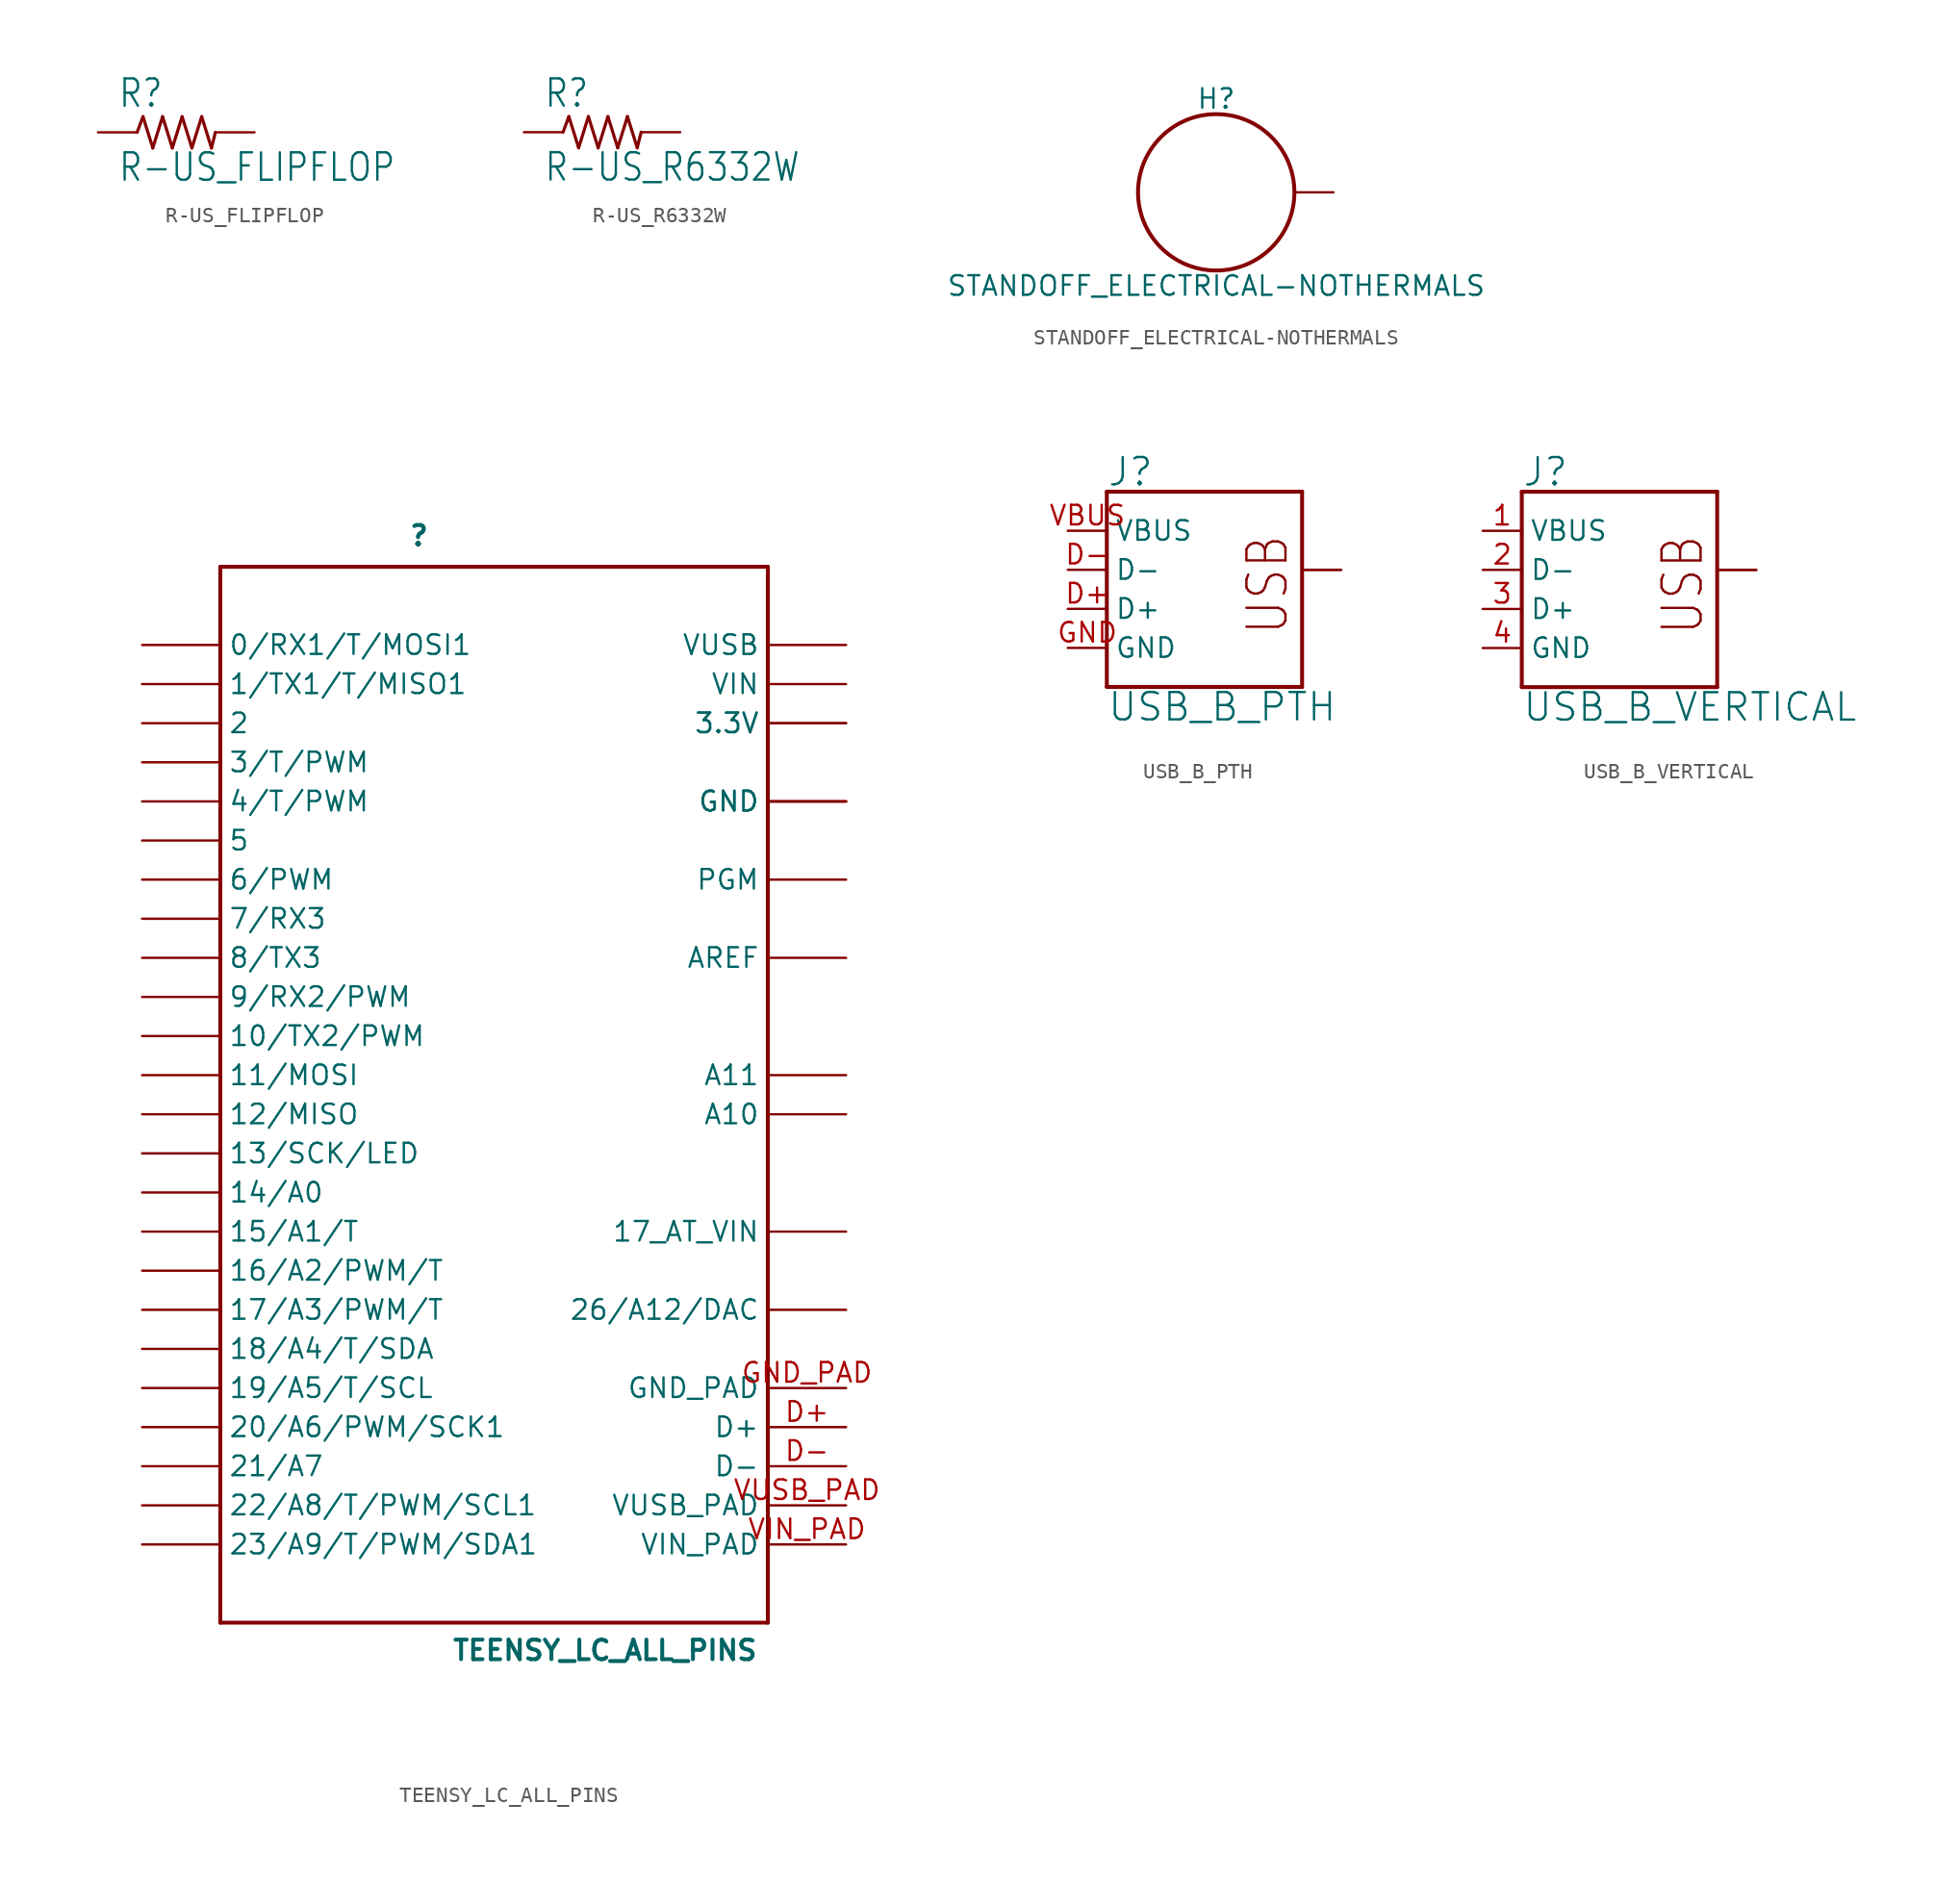
<source format=kicad_sym>
(kicad_symbol_lib
  (version 20211014)
  (generator kicad_symbol_editor)
  (symbol "R-US_FLIPFLOP"
    (property "Reference" "R"
      (at -3.81 1.499 0)
      (effects (font (size 1.778 1.511)) (justify left bottom)))
    (property "Value" "R-US_FLIPFLOP"
      (at -3.81 -3.302 0)
      (effects (font (size 1.778 1.511)) (justify left bottom)))
    (property "ki_locked" ""
      (at 0 0 0)
      (effects (font (size 1.27 1.27))))
    (symbol "R-US_FLIPFLOP_1_0"
      (polyline (pts (xy -2.54 0) (xy -2.159 1.016)) (stroke (width 0.203) (type default) (color 0 0 0 0)) (fill (type none)))
      (polyline (pts (xy -2.159 1.016) (xy -1.524 -1.016)) (stroke (width 0.203) (type default) (color 0 0 0 0)) (fill (type none)))
      (polyline (pts (xy -1.524 -1.016) (xy -0.889 1.016)) (stroke (width 0.203) (type default) (color 0 0 0 0)) (fill (type none)))
      (polyline (pts (xy -0.889 1.016) (xy -0.254 -1.016)) (stroke (width 0.203) (type default) (color 0 0 0 0)) (fill (type none)))
      (polyline (pts (xy -0.254 -1.016) (xy 0.381 1.016)) (stroke (width 0.203) (type default) (color 0 0 0 0)) (fill (type none)))
      (polyline (pts (xy 0.381 1.016) (xy 1.016 -1.016)) (stroke (width 0.203) (type default) (color 0 0 0 0)) (fill (type none)))
      (polyline (pts (xy 1.016 -1.016) (xy 1.651 1.016)) (stroke (width 0.203) (type default) (color 0 0 0 0)) (fill (type none)))
      (polyline (pts (xy 1.651 1.016) (xy 2.286 -1.016)) (stroke (width 0.203) (type default) (color 0 0 0 0)) (fill (type none)))
      (polyline (pts (xy 2.286 -1.016) (xy 2.54 0)) (stroke (width 0.203) (type default) (color 0 0 0 0)) (fill (type none)))
      (pin passive line (at -5.08 0 0) (length 2.54) (name "1" (effects (font (size 0 0)))) (number "1" (effects (font (size 0 0)))))
      (pin passive line (at 5.08 0 180) (length 2.54) (name "2" (effects (font (size 0 0)))) (number "2" (effects (font (size 0 0)))))))
  (symbol "R-US_R6332W"
    (property "Reference" "R"
      (at -3.81 1.499 0)
      (effects (font (size 1.778 1.511)) (justify left bottom)))
    (property "Value" "R-US_R6332W"
      (at -3.81 -3.302 0)
      (effects (font (size 1.778 1.511)) (justify left bottom)))
    (property "ki_locked" ""
      (at 0 0 0)
      (effects (font (size 1.27 1.27))))
    (symbol "R-US_R6332W_1_0"
      (polyline (pts (xy -2.54 0) (xy -2.159 1.016)) (stroke (width 0.203) (type default) (color 0 0 0 0)) (fill (type none)))
      (polyline (pts (xy -2.159 1.016) (xy -1.524 -1.016)) (stroke (width 0.203) (type default) (color 0 0 0 0)) (fill (type none)))
      (polyline (pts (xy -1.524 -1.016) (xy -0.889 1.016)) (stroke (width 0.203) (type default) (color 0 0 0 0)) (fill (type none)))
      (polyline (pts (xy -0.889 1.016) (xy -0.254 -1.016)) (stroke (width 0.203) (type default) (color 0 0 0 0)) (fill (type none)))
      (polyline (pts (xy -0.254 -1.016) (xy 0.381 1.016)) (stroke (width 0.203) (type default) (color 0 0 0 0)) (fill (type none)))
      (polyline (pts (xy 0.381 1.016) (xy 1.016 -1.016)) (stroke (width 0.203) (type default) (color 0 0 0 0)) (fill (type none)))
      (polyline (pts (xy 1.016 -1.016) (xy 1.651 1.016)) (stroke (width 0.203) (type default) (color 0 0 0 0)) (fill (type none)))
      (polyline (pts (xy 1.651 1.016) (xy 2.286 -1.016)) (stroke (width 0.203) (type default) (color 0 0 0 0)) (fill (type none)))
      (polyline (pts (xy 2.286 -1.016) (xy 2.54 0)) (stroke (width 0.203) (type default) (color 0 0 0 0)) (fill (type none)))
      (pin passive line (at -5.08 0 0) (length 2.54) (name "1" (effects (font (size 0 0)))) (number "1" (effects (font (size 0 0)))))
      (pin passive line (at 5.08 0 180) (length 2.54) (name "2" (effects (font (size 0 0)))) (number "2" (effects (font (size 0 0)))))))
  (symbol "STANDOFF_ELECTRICAL-NOTHERMALS"
    (property "Reference" "H"
      (at 0 5.334 0)
      (effects (font (size 1.27 1.27)) (justify bottom)))
    (property "Value" "STANDOFF_ELECTRICAL-NOTHERMALS"
      (at 0 -5.334 0)
      (effects (font (size 1.27 1.27)) (justify top)))
    (property "ki_locked" ""
      (at 0 0 0)
      (effects (font (size 1.27 1.27))))
    (symbol "STANDOFF_ELECTRICAL-NOTHERMALS_1_0"
      (circle (center 0 0) (radius 5.08) (stroke (width 0.254) (type default) (color 0 0 0 0)) (fill (type none)))
      (pin bidirectional line (at 7.62 0 180) (length 2.54) (name "P$1" (effects (font (size 0 0)))) (number "P1" (effects (font (size 0 0)))))))
  (symbol "TEENSY_LC_ALL_PINS"
    (property "Reference" ""
      (at -5.588 34.29 0)
      (effects (font (size 1.27 1.27) bold) (justify left bottom)))
    (property "Value" "TEENSY_LC_ALL_PINS"
      (at -2.794 -38.1 0)
      (effects (font (size 1.27 1.27) bold) (justify left bottom)))
    (property "ki_locked" ""
      (at 0 0 0)
      (effects (font (size 1.27 1.27))))
    (symbol "TEENSY_LC_ALL_PINS_1_0"
      (polyline (pts (xy -17.78 -35.56) (xy 17.78 -35.56)) (stroke (width 0.254) (type default) (color 0 0 0 0)) (fill (type none)))
      (polyline (pts (xy -17.78 33.02) (xy -17.78 -35.56)) (stroke (width 0.254) (type default) (color 0 0 0 0)) (fill (type none)))
      (polyline (pts (xy 17.78 -35.56) (xy 17.78 33.02)) (stroke (width 0.254) (type default) (color 0 0 0 0)) (fill (type none)))
      (polyline (pts (xy 17.78 33.02) (xy -17.78 33.02)) (stroke (width 0.254) (type default) (color 0 0 0 0)) (fill (type none)))
      (pin bidirectional line (at -22.86 27.94 0) (length 5.08) (name "0/RX1/T/MOSI1" (effects (font (size 1.27 1.27)))) (number "0" (effects (font (size 0 0)))))
      (pin bidirectional line (at -22.86 25.4 0) (length 5.08) (name "1/TX1/T/MISO1" (effects (font (size 1.27 1.27)))) (number "1" (effects (font (size 0 0)))))
      (pin bidirectional line (at -22.86 2.54 0) (length 5.08) (name "10/TX2/PWM" (effects (font (size 1.27 1.27)))) (number "10" (effects (font (size 0 0)))))
      (pin bidirectional line (at -22.86 0 0) (length 5.08) (name "11/MOSI" (effects (font (size 1.27 1.27)))) (number "11" (effects (font (size 0 0)))))
      (pin bidirectional line (at -22.86 -2.54 0) (length 5.08) (name "12/MISO" (effects (font (size 1.27 1.27)))) (number "12" (effects (font (size 0 0)))))
      (pin bidirectional line (at -22.86 -5.08 0) (length 5.08) (name "13/SCK/LED" (effects (font (size 1.27 1.27)))) (number "13" (effects (font (size 0 0)))))
      (pin bidirectional line (at -22.86 -7.62 0) (length 5.08) (name "14/A0" (effects (font (size 1.27 1.27)))) (number "14/A0" (effects (font (size 0 0)))))
      (pin bidirectional line (at -22.86 -10.16 0) (length 5.08) (name "15/A1/T" (effects (font (size 1.27 1.27)))) (number "15/A1" (effects (font (size 0 0)))))
      (pin bidirectional line (at -22.86 -12.7 0) (length 5.08) (name "16/A2/PWM/T" (effects (font (size 1.27 1.27)))) (number "16/A2" (effects (font (size 0 0)))))
      (pin bidirectional line (at -22.86 -15.24 0) (length 5.08) (name "17/A3/PWM/T" (effects (font (size 1.27 1.27)))) (number "17/A3" (effects (font (size 0 0)))))
      (pin bidirectional line (at -22.86 -17.78 0) (length 5.08) (name "18/A4/T/SDA" (effects (font (size 1.27 1.27)))) (number "18/A4" (effects (font (size 0 0)))))
      (pin bidirectional line (at -22.86 -20.32 0) (length 5.08) (name "19/A5/T/SCL" (effects (font (size 1.27 1.27)))) (number "19/A5" (effects (font (size 0 0)))))
      (pin bidirectional line (at -22.86 22.86 0) (length 5.08) (name "2" (effects (font (size 1.27 1.27)))) (number "2" (effects (font (size 0 0)))))
      (pin bidirectional line (at -22.86 -22.86 0) (length 5.08) (name "20/A6/PWM/SCK1" (effects (font (size 1.27 1.27)))) (number "20/A6" (effects (font (size 0 0)))))
      (pin bidirectional line (at -22.86 -25.4 0) (length 5.08) (name "21/A7" (effects (font (size 1.27 1.27)))) (number "21/A7" (effects (font (size 0 0)))))
      (pin bidirectional line (at -22.86 -27.94 0) (length 5.08) (name "22/A8/T/PWM/SCL1" (effects (font (size 1.27 1.27)))) (number "22/A8" (effects (font (size 0 0)))))
      (pin bidirectional line (at -22.86 -30.48 0) (length 5.08) (name "23/A9/T/PWM/SDA1" (effects (font (size 1.27 1.27)))) (number "23/A9" (effects (font (size 0 0)))))
      (pin bidirectional line (at -22.86 20.32 0) (length 5.08) (name "3/T/PWM" (effects (font (size 1.27 1.27)))) (number "3" (effects (font (size 0 0)))))
      (pin power_in line (at 22.86 22.86 180) (length 5.08) (name "3.3V" (effects (font (size 1.27 1.27)))) (number "3.3V" (effects (font (size 0 0)))))
      (pin power_in line (at 22.86 22.86 180) (length 5.08) (name "3.3V" (effects (font (size 1.27 1.27)))) (number "3.3V1" (effects (font (size 0 0)))))
      (pin bidirectional line (at -22.86 17.78 0) (length 5.08) (name "4/T/PWM" (effects (font (size 1.27 1.27)))) (number "4" (effects (font (size 0 0)))))
      (pin bidirectional line (at -22.86 15.24 0) (length 5.08) (name "5" (effects (font (size 1.27 1.27)))) (number "5" (effects (font (size 0 0)))))
      (pin bidirectional line (at -22.86 12.7 0) (length 5.08) (name "6/PWM" (effects (font (size 1.27 1.27)))) (number "6" (effects (font (size 0 0)))))
      (pin bidirectional line (at -22.86 10.16 0) (length 5.08) (name "7/RX3" (effects (font (size 1.27 1.27)))) (number "7" (effects (font (size 0 0)))))
      (pin bidirectional line (at -22.86 7.62 0) (length 5.08) (name "8/TX3" (effects (font (size 1.27 1.27)))) (number "8" (effects (font (size 0 0)))))
      (pin bidirectional line (at -22.86 5.08 0) (length 5.08) (name "9/RX2/PWM" (effects (font (size 1.27 1.27)))) (number "9" (effects (font (size 0 0)))))
      (pin bidirectional line (at 22.86 -2.54 180) (length 5.08) (name "A10" (effects (font (size 1.27 1.27)))) (number "A10" (effects (font (size 0 0)))))
      (pin bidirectional line (at 22.86 0 180) (length 5.08) (name "A11" (effects (font (size 1.27 1.27)))) (number "A11" (effects (font (size 0 0)))))
      (pin power_in line (at 22.86 17.78 180) (length 5.08) (name "GND" (effects (font (size 1.27 1.27)))) (number "AGND" (effects (font (size 0 0)))))
      (pin power_in line (at 22.86 7.62 180) (length 5.08) (name "AREF" (effects (font (size 1.27 1.27)))) (number "AREF" (effects (font (size 0 0)))))
      (pin bidirectional line (at 22.86 -22.86 180) (length 5.08) (name "D+" (effects (font (size 1.27 1.27)))) (number "D+" (effects (font (size 1.27 1.27)))))
      (pin bidirectional line (at 22.86 -25.4 180) (length 5.08) (name "D-" (effects (font (size 1.27 1.27)))) (number "D-" (effects (font (size 1.27 1.27)))))
      (pin power_in line (at 22.86 17.78 180) (length 5.08) (name "GND" (effects (font (size 1.27 1.27)))) (number "GND" (effects (font (size 0 0)))))
      (pin power_in line (at 22.86 17.78 180) (length 5.08) (name "GND" (effects (font (size 1.27 1.27)))) (number "GND1" (effects (font (size 0 0)))))
      (pin bidirectional line (at 22.86 -20.32 180) (length 5.08) (name "GND_PAD" (effects (font (size 1.27 1.27)))) (number "GND_PAD" (effects (font (size 1.27 1.27)))))
      (pin bidirectional line (at 22.86 12.7 180) (length 5.08) (name "PGM" (effects (font (size 1.27 1.27)))) (number "PGM" (effects (font (size 0 0)))))
      (pin power_in line (at 22.86 -15.24 180) (length 5.08) (name "26/A12/DAC" (effects (font (size 1.27 1.27)))) (number "RESET/DAC" (effects (font (size 0 0)))))
      (pin bidirectional line (at 22.86 -10.16 180) (length 5.08) (name "17_AT_VIN" (effects (font (size 1.27 1.27)))) (number "VBAT" (effects (font (size 0 0)))))
      (pin power_in line (at 22.86 25.4 180) (length 5.08) (name "VIN" (effects (font (size 1.27 1.27)))) (number "VIN" (effects (font (size 0 0)))))
      (pin bidirectional line (at 22.86 -30.48 180) (length 5.08) (name "VIN_PAD" (effects (font (size 1.27 1.27)))) (number "VIN_PAD" (effects (font (size 1.27 1.27)))))
      (pin power_in line (at 22.86 27.94 180) (length 5.08) (name "VUSB" (effects (font (size 1.27 1.27)))) (number "VUSB" (effects (font (size 0 0)))))
      (pin bidirectional line (at 22.86 -27.94 180) (length 5.08) (name "VUSB_PAD" (effects (font (size 1.27 1.27)))) (number "VUSB_PAD" (effects (font (size 1.27 1.27)))))))
  (symbol "USB_B_PTH"
    (property "Reference" "J"
      (at -5.08 7.874 0)
      (effects (font (size 1.778 1.778)) (justify left bottom)))
    (property "Value" "USB_B_PTH"
      (at -5.08 -5.334 0)
      (effects (font (size 1.778 1.778)) (justify left top)))
    (property "ki_locked" ""
      (at 0 0 0)
      (effects (font (size 1.27 1.27))))
    (symbol "USB_B_PTH_1_0"
      (polyline (pts (xy -5.08 -5.08) (xy 7.62 -5.08)) (stroke (width 0.254) (type default) (color 0 0 0 0)) (fill (type none)))
      (polyline (pts (xy -5.08 7.62) (xy -5.08 -5.08)) (stroke (width 0.254) (type default) (color 0 0 0 0)) (fill (type none)))
      (polyline (pts (xy 7.62 7.62) (xy -5.08 7.62)) (stroke (width 0.254) (type default) (color 0 0 0 0)) (fill (type none)))
      (polyline (pts (xy 7.62 7.62) (xy 7.62 -5.08)) (stroke (width 0.254) (type default) (color 0 0 0 0)) (fill (type none)))
      (text "USB" (at 6.858 -1.778 900) (effects (font (size 2.54 2.159)) (justify left bottom)))
      (pin bidirectional line (at -7.62 0 0) (length 2.54) (name "D+" (effects (font (size 1.27 1.27)))) (number "D+" (effects (font (size 1.27 1.27)))))
      (pin bidirectional line (at -7.62 2.54 0) (length 2.54) (name "D-" (effects (font (size 1.27 1.27)))) (number "D-" (effects (font (size 1.27 1.27)))))
      (pin power_in line (at -7.62 -2.54 0) (length 2.54) (name "GND" (effects (font (size 1.27 1.27)))) (number "GND" (effects (font (size 1.27 1.27)))))
      (pin bidirectional line (at 10.16 2.54 180) (length 2.54) (name "SHIELD" (effects (font (size 0 0)))) (number "SHLD1" (effects (font (size 0 0)))))
      (pin bidirectional line (at 10.16 2.54 180) (length 2.54) (name "SHIELD" (effects (font (size 0 0)))) (number "SHLD2" (effects (font (size 0 0)))))
      (pin power_in line (at -7.62 5.08 0) (length 2.54) (name "VBUS" (effects (font (size 1.27 1.27)))) (number "VBUS" (effects (font (size 1.27 1.27)))))))
  (symbol "USB_B_VERTICAL"
    (property "Reference" "J"
      (at -5.08 7.874 0)
      (effects (font (size 1.778 1.778)) (justify left bottom)))
    (property "Value" "USB_B_VERTICAL"
      (at -5.08 -5.334 0)
      (effects (font (size 1.778 1.778)) (justify left top)))
    (property "ki_locked" ""
      (at 0 0 0)
      (effects (font (size 1.27 1.27))))
    (symbol "USB_B_VERTICAL_1_0"
      (polyline (pts (xy -5.08 -5.08) (xy 7.62 -5.08)) (stroke (width 0.254) (type default) (color 0 0 0 0)) (fill (type none)))
      (polyline (pts (xy -5.08 7.62) (xy -5.08 -5.08)) (stroke (width 0.254) (type default) (color 0 0 0 0)) (fill (type none)))
      (polyline (pts (xy 7.62 7.62) (xy -5.08 7.62)) (stroke (width 0.254) (type default) (color 0 0 0 0)) (fill (type none)))
      (polyline (pts (xy 7.62 7.62) (xy 7.62 -5.08)) (stroke (width 0.254) (type default) (color 0 0 0 0)) (fill (type none)))
      (text "USB" (at 6.858 -1.778 900) (effects (font (size 2.54 2.159)) (justify left bottom)))
      (pin power_in line (at -7.62 5.08 0) (length 2.54) (name "VBUS" (effects (font (size 1.27 1.27)))) (number "1" (effects (font (size 1.27 1.27)))))
      (pin bidirectional line (at -7.62 2.54 0) (length 2.54) (name "D-" (effects (font (size 1.27 1.27)))) (number "2" (effects (font (size 1.27 1.27)))))
      (pin bidirectional line (at -7.62 0 0) (length 2.54) (name "D+" (effects (font (size 1.27 1.27)))) (number "3" (effects (font (size 1.27 1.27)))))
      (pin power_in line (at -7.62 -2.54 0) (length 2.54) (name "GND" (effects (font (size 1.27 1.27)))) (number "4" (effects (font (size 1.27 1.27)))))
      (pin bidirectional line (at 10.16 2.54 180) (length 2.54) (name "SHIELD" (effects (font (size 0 0)))) (number "5" (effects (font (size 0 0)))))
      (pin bidirectional line (at 10.16 2.54 180) (length 2.54) (name "SHIELD" (effects (font (size 0 0)))) (number "6" (effects (font (size 0 0))))))))
</source>
